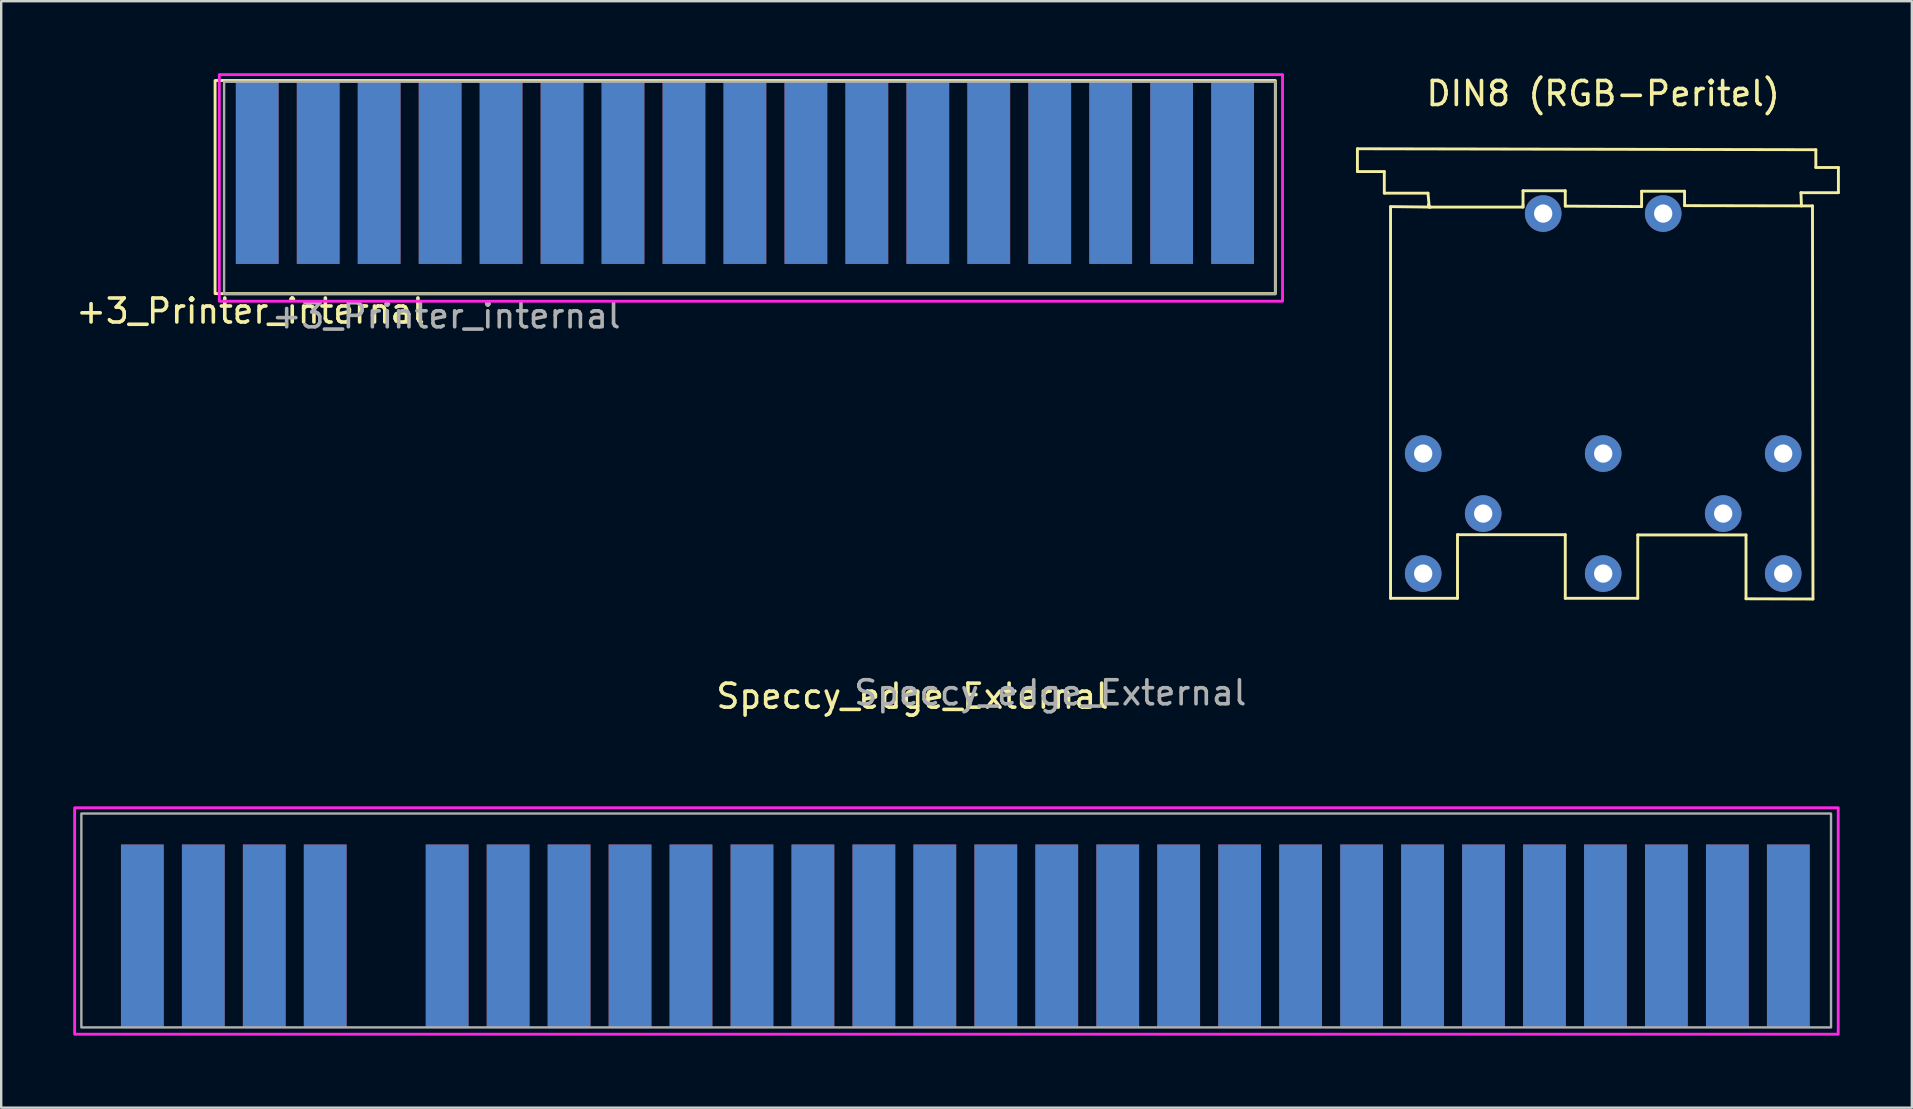
<source format=kicad_pcb>
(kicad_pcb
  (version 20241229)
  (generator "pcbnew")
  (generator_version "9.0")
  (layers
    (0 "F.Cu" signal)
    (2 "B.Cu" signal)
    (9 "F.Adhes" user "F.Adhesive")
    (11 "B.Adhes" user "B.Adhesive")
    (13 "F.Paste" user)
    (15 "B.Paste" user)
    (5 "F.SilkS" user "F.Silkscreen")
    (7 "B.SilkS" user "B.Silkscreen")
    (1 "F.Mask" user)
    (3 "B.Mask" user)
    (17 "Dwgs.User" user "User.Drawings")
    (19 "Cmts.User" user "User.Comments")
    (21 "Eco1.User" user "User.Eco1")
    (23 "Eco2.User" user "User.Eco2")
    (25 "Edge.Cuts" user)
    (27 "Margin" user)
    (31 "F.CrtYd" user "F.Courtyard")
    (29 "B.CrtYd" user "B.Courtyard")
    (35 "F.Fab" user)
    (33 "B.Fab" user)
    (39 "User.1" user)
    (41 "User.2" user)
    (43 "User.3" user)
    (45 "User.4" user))
  (footprint "DIN8 (RGB-Peritel)"
    (layer "F.Cu")
    (at 63.747 8.348)
    (property "Reference" "DIN8 (RGB-Peritel)" (at 0 -7.5 0) (unlocked yes) (layer "F.SilkS") (effects (font (size 1 1) (thickness 0.15))))
    (attr through_hole)
    (fp_line (start -10.24 -5.2) (end 8.86 -5.16) (stroke (width 0.12) (type solid)) (layer "F.SilkS"))
    (fp_line (start -10.24 -4.25) (end -10.24 -5.2) (stroke (width 0.12) (type solid)) (layer "F.SilkS"))
    (fp_line (start -9.12 -4.25) (end -10.24 -4.25) (stroke (width 0.12) (type solid)) (layer "F.SilkS"))
    (fp_line (start -9.12 -3.35) (end -9.12 -4.25) (stroke (width 0.12) (type solid)) (layer "F.SilkS"))
    (fp_line (start -8.86 -2.79) (end -7.19 -2.77) (stroke (width 0.12) (type solid)) (layer "F.SilkS"))
    (fp_line (start -8.86 -2.78) (end -8.86 13.53) (stroke (width 0.12) (type solid)) (layer "F.SilkS"))
    (fp_line (start -8.86 13.53) (end -6.07 13.53) (stroke (width 0.12) (type solid)) (layer "F.SilkS"))
    (fp_line (start -7.3 -3.35) (end -9.12 -3.35) (stroke (width 0.12) (type solid)) (layer "F.SilkS"))
    (fp_line (start -7.25 -2.79) (end -7.3 -3.35) (stroke (width 0.12) (type solid)) (layer "F.SilkS"))
    (fp_line (start -7.25 -2.77) (end -7.28 -2.87) (stroke (width 0.12) (type solid)) (layer "F.SilkS"))
    (fp_line (start -6.07 10.9) (end -6.07 10.87) (stroke (width 0.12) (type solid)) (layer "F.SilkS"))
    (fp_line (start -6.07 13.53) (end -6.07 10.9) (stroke (width 0.12) (type solid)) (layer "F.SilkS"))
    (fp_line (start -6.02 10.88) (end -1.58 10.88) (stroke (width 0.12) (type solid)) (layer "F.SilkS"))
    (fp_line (start -3.34 -3.45) (end -3.34 -2.85) (stroke (width 0.12) (type solid)) (layer "F.SilkS"))
    (fp_line (start -3.34 -2.85) (end -3.34 -2.77) (stroke (width 0.12) (type solid)) (layer "F.SilkS"))
    (fp_line (start -3.34 -2.77) (end -7.25 -2.77) (stroke (width 0.12) (type solid)) (layer "F.SilkS"))
    (fp_line (start -1.58 -3.45) (end -3.34 -3.45) (stroke (width 0.12) (type solid)) (layer "F.SilkS"))
    (fp_line (start -1.58 -2.81) (end -1.58 -3.45) (stroke (width 0.12) (type solid)) (layer "F.SilkS"))
    (fp_line (start -1.58 10.88) (end -1.58 13.53) (stroke (width 0.12) (type solid)) (layer "F.SilkS"))
    (fp_line (start -1.58 13.53) (end 1.44 13.53) (stroke (width 0.12) (type solid)) (layer "F.SilkS"))
    (fp_line (start 1.44 10.89) (end 5.95 10.89) (stroke (width 0.12) (type solid)) (layer "F.SilkS"))
    (fp_line (start 1.44 13.53) (end 1.44 10.89) (stroke (width 0.12) (type solid)) (layer "F.SilkS"))
    (fp_line (start 1.6 -3.43) (end 1.6 -2.79) (stroke (width 0.12) (type solid)) (layer "F.SilkS"))
    (fp_line (start 1.6 -2.79) (end -1.58 -2.81) (stroke (width 0.12) (type solid)) (layer "F.SilkS"))
    (fp_line (start 3.39 -3.43) (end 1.6 -3.43) (stroke (width 0.12) (type solid)) (layer "F.SilkS"))
    (fp_line (start 3.39 -2.83) (end 3.39 -3.43) (stroke (width 0.12) (type solid)) (layer "F.SilkS"))
    (fp_line (start 5.95 10.89) (end 5.95 13.55) (stroke (width 0.12) (type solid)) (layer "F.SilkS"))
    (fp_line (start 5.95 13.55) (end 8.74 13.56) (stroke (width 0.12) (type solid)) (layer "F.SilkS"))
    (fp_line (start 8.24 -3.37) (end 8.26 -2.82) (stroke (width 0.12) (type solid)) (layer "F.SilkS"))
    (fp_line (start 8.26 -2.82) (end 3.39 -2.83) (stroke (width 0.12) (type solid)) (layer "F.SilkS"))
    (fp_line (start 8.72 -2.82) (end 8.26 -2.82) (stroke (width 0.12) (type solid)) (layer "F.SilkS"))
    (fp_line (start 8.74 13.56) (end 8.72 -2.82) (stroke (width 0.12) (type solid)) (layer "F.SilkS"))
    (fp_line (start 8.86 -5.16) (end 8.86 -4.42) (stroke (width 0.12) (type solid)) (layer "F.SilkS"))
    (fp_line (start 8.86 -4.42) (end 9.8 -4.42) (stroke (width 0.12) (type solid)) (layer "F.SilkS"))
    (fp_line (start 9.8 -4.42) (end 9.8 -3.37) (stroke (width 0.12) (type solid)) (layer "F.SilkS"))
    (fp_line (start 9.8 -3.37) (end 8.24 -3.37) (stroke (width 0.12) (type solid)) (layer "F.SilkS"))
    (pad "1" thru_hole circle (at -7.5 7.5) (size 1.524 1.524) (drill 0.762) (layers "*.Cu" "*.Mask"))
    (pad "2" thru_hole circle (at 0 7.5) (size 1.524 1.524) (drill 0.762) (layers "*.Cu" "*.Mask"))
    (pad "3" thru_hole circle (at 7.5 7.5) (size 1.524 1.524) (drill 0.762) (layers "*.Cu" "*.Mask"))
    (pad "4" thru_hole circle (at -5 10) (size 1.524 1.524) (drill 0.762) (layers "*.Cu" "*.Mask"))
    (pad "5" thru_hole circle (at 5 10) (size 1.524 1.524) (drill 0.762) (layers "*.Cu" "*.Mask"))
    (pad "6" thru_hole circle (at -7.5 12.5) (size 1.524 1.524) (drill 0.762) (layers "*.Cu" "*.Mask"))
    (pad "7" thru_hole circle (at 7.5 12.5) (size 1.524 1.524) (drill 0.762) (layers "*.Cu" "*.Mask"))
    (pad "8" thru_hole circle (at 0 12.5) (size 1.524 1.524) (drill 0.762) (layers "*.Cu" "*.Mask"))
    (pad "SHIELD1" thru_hole circle (at -2.5 -2.5) (size 1.524 1.524) (drill 0.762) (layers "*.Cu" "*.Mask"))
    (pad "SHIELD2" thru_hole circle (at 2.5 -2.5) (size 1.524 1.524) (drill 0.762) (layers "*.Cu" "*.Mask")))
  (footprint "Speccy_edge_External"
    (layer "F.Cu")
    (at 38.44 35.947)
    (property "Reference" "Speccy_edge_External" (at -3.47 -9.99 0) (layer "F.SilkS") (effects (font (size 1 1) (thickness 0.15))))
    (attr exclude_from_pos_files exclude_from_bom)
    (fp_rect (start -38.38 -5.34) (end 35.1 4.095) (stroke (width 0.12) (type solid)) (fill no) (layer "F.CrtYd"))
    (fp_rect (start 34.8 -5.1) (end -38.1 3.81) (stroke (width 0.1) (type solid)) (fill no) (layer "F.Fab"))
    (fp_text user "${REFERENCE}" (at 2.27 -10.13 0) (layer "F.Fab") (effects (font (size 1 1) (thickness 0.15))))
    (pad "B1" connect rect (at -35.56 0) (size 1.78 7.62) (layers "B.Cu" "B.Mask"))
    (pad "B2" connect rect (at -33.02 0) (size 1.78 7.62) (layers "B.Cu" "B.Mask"))
    (pad "B3" connect rect (at -30.48 0) (size 1.78 7.62) (layers "B.Cu" "B.Mask"))
    (pad "B4" connect rect (at -27.94 0) (size 1.78 7.62) (layers "B.Cu" "B.Mask"))
    (pad "B6" connect rect (at -22.86 0) (size 1.78 7.62) (layers "B.Cu" "B.Mask"))
    (pad "B7" connect rect (at -20.32 0) (size 1.78 7.62) (layers "B.Cu" "B.Mask"))
    (pad "B8" connect rect (at -17.78 0 180) (size 1.78 7.62) (layers "B.Cu" "B.Mask"))
    (pad "B9" connect rect (at -15.24 0) (size 1.78 7.62) (layers "B.Cu" "B.Mask"))
    (pad "B10" connect rect (at -12.7 0) (size 1.78 7.62) (layers "B.Cu" "B.Mask"))
    (pad "B11" connect rect (at -10.16 0 180) (size 1.78 7.62) (layers "B.Cu" "B.Mask"))
    (pad "B12" connect rect (at -7.62 0) (size 1.78 7.62) (layers "B.Cu" "B.Mask"))
    (pad "B13" connect rect (at -5.08 0) (size 1.78 7.62) (layers "B.Cu" "B.Mask"))
    (pad "B14" connect rect (at -2.54 0) (size 1.78 7.62) (layers "B.Cu" "B.Mask"))
    (pad "B15" connect rect (at 0 0) (size 1.78 7.62) (layers "B.Cu" "B.Mask"))
    (pad "B16" connect rect (at 2.54 0) (size 1.78 7.62) (layers "B.Cu" "B.Mask"))
    (pad "B17" connect rect (at 5.08 0) (size 1.78 7.62) (layers "B.Cu" "B.Mask"))
    (pad "B18" connect rect (at 7.62 0) (size 1.78 7.62) (layers "B.Cu" "B.Mask"))
    (pad "B19" connect rect (at 10.16 0) (size 1.78 7.62) (layers "B.Cu" "B.Mask"))
    (pad "B20" connect rect (at 12.7 0) (size 1.78 7.62) (layers "B.Cu" "B.Mask"))
    (pad "B21" connect rect (at 15.24 0) (size 1.78 7.62) (layers "B.Cu" "B.Mask"))
    (pad "B22" connect rect (at 17.78 0) (size 1.78 7.62) (layers "B.Cu" "B.Mask"))
    (pad "B23" connect rect (at 20.32 0) (size 1.78 7.62) (layers "B.Cu" "B.Mask"))
    (pad "B24" connect rect (at 22.86 0) (size 1.78 7.62) (layers "B.Cu" "B.Mask"))
    (pad "B25" connect rect (at 25.4 0) (size 1.78 7.62) (layers "B.Cu" "B.Mask"))
    (pad "B26" connect rect (at 27.94 0) (size 1.78 7.62) (layers "B.Cu" "B.Mask"))
    (pad "B27" connect rect (at 30.48 0) (size 1.78 7.62) (layers "B.Cu" "B.Mask"))
    (pad "B28" connect rect (at 33.02 0) (size 1.78 7.62) (layers "B.Cu" "B.Mask"))
    (pad "U1" connect rect (at -35.56 0) (size 1.78 7.62) (layers "F.Cu" "F.Mask"))
    (pad "U2" connect rect (at -33.02 0) (size 1.78 7.62) (layers "F.Cu" "F.Mask"))
    (pad "U3" connect rect (at -30.48 0) (size 1.78 7.62) (layers "F.Cu" "F.Mask"))
    (pad "U4" connect rect (at -27.94 0) (size 1.78 7.62) (layers "F.Cu" "F.Mask"))
    (pad "U6" connect rect (at -22.86 0) (size 1.78 7.62) (layers "F.Cu" "F.Mask"))
    (pad "U7" connect rect (at -20.32 0) (size 1.78 7.62) (layers "F.Cu" "F.Mask"))
    (pad "U8" connect rect (at -17.78 0) (size 1.78 7.62) (layers "F.Cu" "F.Mask"))
    (pad "U9" connect rect (at -15.24 0) (size 1.78 7.62) (layers "F.Cu" "F.Mask"))
    (pad "U10" connect rect (at -12.7 0) (size 1.78 7.62) (layers "F.Cu" "F.Mask"))
    (pad "U11" connect rect (at -10.16 0) (size 1.78 7.62) (layers "F.Cu" "F.Mask"))
    (pad "U12" connect rect (at -7.62 0) (size 1.78 7.62) (layers "F.Cu" "F.Mask"))
    (pad "U13" connect rect (at -5.08 0) (size 1.78 7.62) (layers "F.Cu" "F.Mask"))
    (pad "U14" connect rect (at -2.54 0) (size 1.78 7.62) (layers "F.Cu" "F.Mask"))
    (pad "U15" connect rect (at 0 0) (size 1.78 7.62) (layers "F.Cu" "F.Mask"))
    (pad "U16" connect rect (at 2.54 0) (size 1.78 7.62) (layers "F.Cu" "F.Mask"))
    (pad "U17" connect rect (at 5.08 0) (size 1.78 7.62) (layers "F.Cu" "F.Mask"))
    (pad "U18" connect rect (at 7.62 0) (size 1.78 7.62) (layers "F.Cu" "F.Mask"))
    (pad "U19" connect rect (at 10.16 0) (size 1.78 7.62) (layers "F.Cu" "F.Mask"))
    (pad "U20" connect rect (at 12.7 0) (size 1.78 7.62) (layers "F.Cu" "F.Mask"))
    (pad "U21" connect rect (at 15.24 0) (size 1.78 7.62) (layers "F.Cu" "F.Mask"))
    (pad "U22" connect rect (at 17.78 0) (size 1.78 7.62) (layers "F.Cu" "F.Mask"))
    (pad "U23" connect rect (at 20.32 0) (size 1.78 7.62) (layers "F.Cu" "F.Mask"))
    (pad "U24" connect rect (at 22.86 0) (size 1.78 7.62) (layers "F.Cu" "F.Mask"))
    (pad "U25" connect rect (at 25.4 0) (size 1.78 7.62) (layers "F.Cu" "F.Mask"))
    (pad "U26" connect rect (at 27.94 0) (size 1.78 7.62) (layers "F.Cu" "F.Mask"))
    (pad "U27" connect rect (at 30.48 0 180) (size 1.78 7.62) (layers "F.Cu" "F.Mask"))
    (pad "U28" connect rect (at 33.02 0) (size 1.78 7.62) (layers "F.Cu" "F.Mask")))
  (footprint "+3_Printer_internal"
    (layer "F.Cu")
    (at 27.712 3.885)
    (property "Reference" "+3_Printer_internal" (at -20.325 6.025 0) (layer "F.SilkS") (effects (font (size 1 1) (thickness 0.15))))
    (attr exclude_from_pos_files exclude_from_bom)
    (fp_rect (start 22.375 -3.58) (end -21.8 5.3) (stroke (width 0.12) (type solid)) (fill no) (layer "F.SilkS"))
    (fp_line (start -21.625 5.58) (end -21.625 5.58) (stroke (width 0.05) (type solid)) (layer "F.CrtYd"))
    (fp_rect (start -21.625 -3.825) (end 22.675 5.615) (stroke (width 0.12) (type solid)) (fill no) (layer "F.CrtYd"))
    (fp_rect (start -21.425 -3.53) (end 22.375 5.32) (stroke (width 0.1) (type solid)) (fill no) (layer "F.Fab"))
    (fp_text user "${REFERENCE}" (at -12.175 6.225 0) (layer "F.Fab") (effects (font (size 1 1) (thickness 0.15))))
    (pad "1" connect rect (at -20.045 0.25) (size 1.78 7.62) (layers "F.Cu" "F.Mask"))
    (pad "2" connect rect (at -17.505 0.25) (size 1.78 7.62) (layers "F.Cu" "F.Mask"))
    (pad "3" connect rect (at -14.965 0.25) (size 1.78 7.62) (layers "F.Cu" "F.Mask"))
    (pad "4" connect rect (at -12.425 0.25) (size 1.78 7.62) (layers "F.Cu" "F.Mask"))
    (pad "5" connect rect (at -9.885 0.25) (size 1.78 7.62) (layers "F.Cu" "F.Mask"))
    (pad "6" connect rect (at -7.345 0.25) (size 1.78 7.62) (layers "F.Cu" "F.Mask"))
    (pad "7" connect rect (at -4.805 0.25) (size 1.78 7.62) (layers "F.Cu" "F.Mask"))
    (pad "8" connect rect (at -2.265 0.25) (size 1.78 7.62) (layers "F.Cu" "F.Mask"))
    (pad "9" connect rect (at 0.275 0.25) (size 1.78 7.62) (layers "F.Cu" "F.Mask"))
    (pad "10" connect rect (at 2.815 0.25) (size 1.78 7.62) (layers "F.Cu" "F.Mask"))
    (pad "11" connect rect (at 5.355 0.25) (size 1.78 7.62) (layers "F.Cu" "F.Mask"))
    (pad "12" connect rect (at 7.895 0.25) (size 1.78 7.62) (layers "F.Cu" "F.Mask"))
    (pad "13" connect rect (at 10.435 0.25) (size 1.78 7.62) (layers "F.Cu" "F.Mask"))
    (pad "14" connect rect (at 12.975 0.25) (size 1.78 7.62) (layers "F.Cu" "F.Mask"))
    (pad "15" connect rect (at 15.515 0.25) (size 1.78 7.62) (layers "F.Cu" "F.Mask"))
    (pad "16" connect rect (at 18.055 0.25 180) (size 1.78 7.62) (layers "F.Cu" "F.Mask"))
    (pad "17" connect rect (at 20.595 0.25) (size 1.78 7.62) (layers "F.Cu" "F.Mask"))
    (pad "19" connect rect (at -20.045 0.25) (size 1.78 7.62) (layers "B.Cu" "B.Mask"))
    (pad "20" connect rect (at -17.505 0.25) (size 1.78 7.62) (layers "B.Cu" "B.Mask"))
    (pad "21" connect rect (at -14.965 0.25) (size 1.78 7.62) (layers "B.Cu" "B.Mask"))
    (pad "22" connect rect (at -12.425 0.25) (size 1.78 7.62) (layers "B.Cu" "B.Mask"))
    (pad "23" connect rect (at -9.885 0.25) (size 1.78 7.62) (layers "B.Cu" "B.Mask"))
    (pad "24" connect rect (at -7.345 0.25) (size 1.78 7.62) (layers "B.Cu" "B.Mask"))
    (pad "25" connect rect (at -4.805 0.25) (size 1.78 7.62) (layers "B.Cu" "B.Mask"))
    (pad "26" connect rect (at -2.265 0.25) (size 1.78 7.62) (layers "B.Cu" "B.Mask"))
    (pad "27" connect rect (at 0.275 0.25) (size 1.78 7.62) (layers "B.Cu" "B.Mask"))
    (pad "28" connect rect (at 2.815 0.25) (size 1.78 7.62) (layers "B.Cu" "B.Mask"))
    (pad "29" connect rect (at 5.355 0.25) (size 1.78 7.62) (layers "B.Cu" "B.Mask"))
    (pad "30" connect rect (at 7.895 0.25) (size 1.78 7.62) (layers "B.Cu" "B.Mask"))
    (pad "31" connect rect (at 10.435 0.25) (size 1.78 7.62) (layers "B.Cu" "B.Mask"))
    (pad "32" connect rect (at 12.975 0.25) (size 1.78 7.62) (layers "B.Cu" "B.Mask"))
    (pad "33" connect rect (at 15.515 0.25) (size 1.78 7.62) (layers "B.Cu" "B.Mask"))
    (pad "34" connect rect (at 18.055 0.25) (size 1.78 7.62) (layers "B.Cu" "B.Mask"))
    (pad "35" connect rect (at 20.595 0.25) (size 1.78 7.62) (layers "B.Cu" "B.Mask")))
  (gr_rect
    (start -3 -3)
    (end 76.607 43.102)
    (stroke (width 0.1) (type default))
    (fill no)
    (layer "Edge.Cuts")))
</source>
